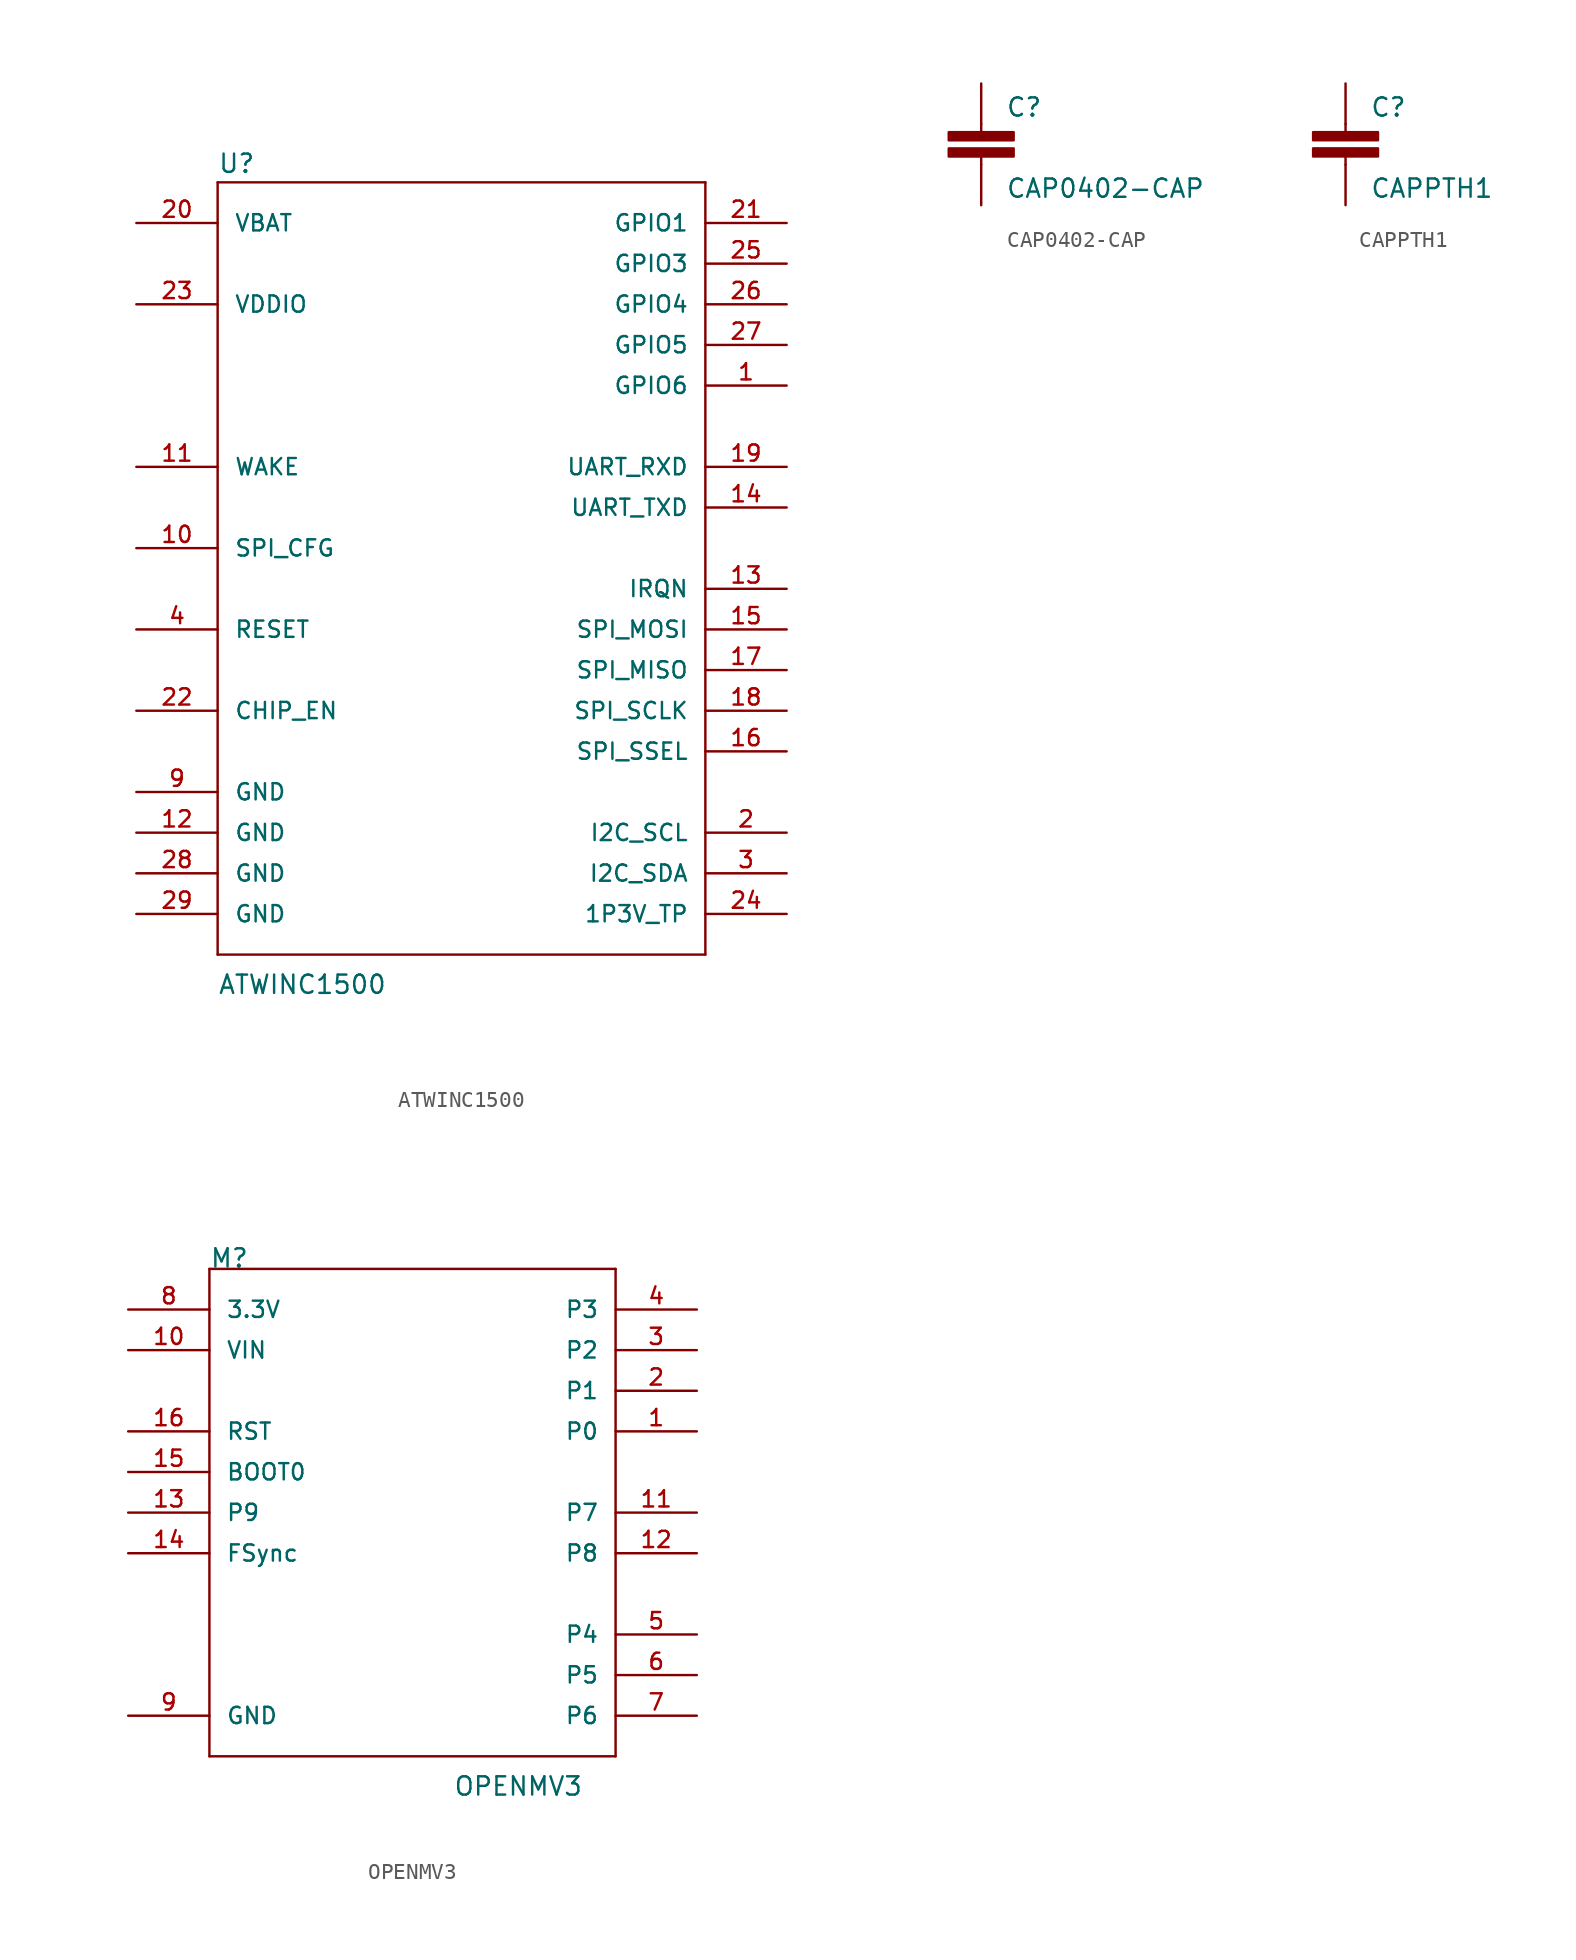
<source format=kicad_sym>
(kicad_symbol_lib
  (version 20211014)
  (generator kicad_symbol_editor)
  (symbol "ATWINC1500"
    (pin_names
      (offset 1.016))
    (property "Reference" "U"
      (at -15.24 15.748 0)
      (effects (font (size 1.143 1.143)) (justify left bottom)))
    (property "Value" "ATWINC1500"
      (at -15.24 -35.56 0)
      (effects (font (size 1.143 1.143)) (justify left bottom)))
    (symbol "ATWINC1500_1_0"
      (polyline (pts (xy -15.24 -33.02) (xy -15.24 15.24)) (stroke (width 0) (type default) (color 0 0 0 0)) (fill (type none)))
      (polyline (pts (xy -15.24 15.24) (xy 15.24 15.24)) (stroke (width 0) (type default) (color 0 0 0 0)) (fill (type none)))
      (polyline (pts (xy 15.24 -33.02) (xy -15.24 -33.02)) (stroke (width 0) (type default) (color 0 0 0 0)) (fill (type none)))
      (polyline (pts (xy 15.24 15.24) (xy 15.24 -33.02)) (stroke (width 0) (type default) (color 0 0 0 0)) (fill (type none))))
    (symbol "ATWINC1500_1_1"
      (pin bidirectional line (at 20.32 2.54 180) (length 5.08) (name "GPIO6" (effects (font (size 1.016 1.016)))) (number "1" (effects (font (size 1.016 1.016)))))
      (pin bidirectional line (at -20.32 -7.62 0) (length 5.08) (name "SPI_CFG" (effects (font (size 1.016 1.016)))) (number "10" (effects (font (size 1.016 1.016)))))
      (pin bidirectional line (at -20.32 -2.54 0) (length 5.08) (name "WAKE" (effects (font (size 1.016 1.016)))) (number "11" (effects (font (size 1.016 1.016)))))
      (pin power_out line (at -20.32 -25.4 0) (length 5.08) (name "GND" (effects (font (size 1.016 1.016)))) (number "12" (effects (font (size 1.016 1.016)))))
      (pin bidirectional line (at 20.32 -10.16 180) (length 5.08) (name "IRQN" (effects (font (size 1.016 1.016)))) (number "13" (effects (font (size 1.016 1.016)))))
      (pin bidirectional line (at 20.32 -5.08 180) (length 5.08) (name "UART_TXD" (effects (font (size 1.016 1.016)))) (number "14" (effects (font (size 1.016 1.016)))))
      (pin bidirectional line (at 20.32 -12.7 180) (length 5.08) (name "SPI_MOSI" (effects (font (size 1.016 1.016)))) (number "15" (effects (font (size 1.016 1.016)))))
      (pin bidirectional line (at 20.32 -20.32 180) (length 5.08) (name "SPI_SSEL" (effects (font (size 1.016 1.016)))) (number "16" (effects (font (size 1.016 1.016)))))
      (pin bidirectional line (at 20.32 -15.24 180) (length 5.08) (name "SPI_MISO" (effects (font (size 1.016 1.016)))) (number "17" (effects (font (size 1.016 1.016)))))
      (pin bidirectional line (at 20.32 -17.78 180) (length 5.08) (name "SPI_SCLK" (effects (font (size 1.016 1.016)))) (number "18" (effects (font (size 1.016 1.016)))))
      (pin bidirectional line (at 20.32 -2.54 180) (length 5.08) (name "UART_RXD" (effects (font (size 1.016 1.016)))) (number "19" (effects (font (size 1.016 1.016)))))
      (pin unspecified line (at 20.32 -25.4 180) (length 5.08) (name "I2C_SCL" (effects (font (size 1.016 1.016)))) (number "2" (effects (font (size 1.016 1.016)))))
      (pin power_in line (at -20.32 12.7 0) (length 5.08) (name "VBAT" (effects (font (size 1.016 1.016)))) (number "20" (effects (font (size 1.016 1.016)))))
      (pin bidirectional line (at 20.32 12.7 180) (length 5.08) (name "GPIO1" (effects (font (size 1.016 1.016)))) (number "21" (effects (font (size 1.016 1.016)))))
      (pin bidirectional line (at -20.32 -17.78 0) (length 5.08) (name "CHIP_EN" (effects (font (size 1.016 1.016)))) (number "22" (effects (font (size 1.016 1.016)))))
      (pin power_out line (at -20.32 7.62 0) (length 5.08) (name "VDDIO" (effects (font (size 1.016 1.016)))) (number "23" (effects (font (size 1.016 1.016)))))
      (pin unspecified line (at 20.32 -30.48 180) (length 5.08) (name "1P3V_TP" (effects (font (size 1.016 1.016)))) (number "24" (effects (font (size 1.016 1.016)))))
      (pin bidirectional line (at 20.32 10.16 180) (length 5.08) (name "GPIO3" (effects (font (size 1.016 1.016)))) (number "25" (effects (font (size 1.016 1.016)))))
      (pin bidirectional line (at 20.32 7.62 180) (length 5.08) (name "GPIO4" (effects (font (size 1.016 1.016)))) (number "26" (effects (font (size 1.016 1.016)))))
      (pin bidirectional line (at 20.32 5.08 180) (length 5.08) (name "GPIO5" (effects (font (size 1.016 1.016)))) (number "27" (effects (font (size 1.016 1.016)))))
      (pin power_out line (at -20.32 -27.94 0) (length 5.08) (name "GND" (effects (font (size 1.016 1.016)))) (number "28" (effects (font (size 1.016 1.016)))))
      (pin power_out line (at -20.32 -30.48 0) (length 5.08) (name "GND" (effects (font (size 1.016 1.016)))) (number "29" (effects (font (size 1.016 1.016)))))
      (pin unspecified line (at 20.32 -27.94 180) (length 5.08) (name "I2C_SDA" (effects (font (size 1.016 1.016)))) (number "3" (effects (font (size 1.016 1.016)))))
      (pin bidirectional line (at -20.32 -12.7 0) (length 5.08) (name "RESET" (effects (font (size 1.016 1.016)))) (number "4" (effects (font (size 1.016 1.016)))))
      (pin power_out line (at -20.32 -22.86 0) (length 5.08) (name "GND" (effects (font (size 1.016 1.016)))) (number "9" (effects (font (size 1.016 1.016)))))))
  (symbol "CAP0402-CAP"
    (pin_numbers hide)
    (pin_names
      (offset 1.016) hide)
    (property "Reference" "C"
      (at 1.524 2.921 0)
      (effects (font (size 1.143 1.143)) (justify left bottom)))
    (property "Value" "CAP0402-CAP"
      (at 1.524 -2.159 0)
      (effects (font (size 1.143 1.143)) (justify left bottom)))
    (property "ki_locked" ""
      (at 0 0 0)
      (effects (font (size 1.27 1.27))))
    (symbol "CAP0402-CAP_1_0"
      (polyline (pts (xy 0 0) (xy 0 0.508)) (stroke (width 0) (type default) (color 0 0 0 0)) (fill (type none)))
      (polyline (pts (xy 0 2.54) (xy 0 2.032)) (stroke (width 0) (type default) (color 0 0 0 0)) (fill (type none))))
    (symbol "CAP0402-CAP_1_1"
      (rectangle (start -2.032 0.508) (end 2.032 1.016) (stroke (width 0) (type default) (color 0 0 0 0)) (fill (type outline)))
      (rectangle (start -2.032 1.524) (end 2.032 2.032) (stroke (width 0) (type default) (color 0 0 0 0)) (fill (type outline)))
      (pin passive line (at 0 5.08 270) (length 2.54) (name "1" (effects (font (size 1.016 1.016)))) (number "1" (effects (font (size 1.016 1.016)))))
      (pin passive line (at 0 -2.54 90) (length 2.54) (name "2" (effects (font (size 1.016 1.016)))) (number "2" (effects (font (size 1.016 1.016)))))))
  (symbol "CAPPTH1"
    (pin_numbers hide)
    (pin_names
      (offset 1.016) hide)
    (property "Reference" "C"
      (at 1.524 2.921 0)
      (effects (font (size 1.143 1.143)) (justify left bottom)))
    (property "Value" "CAPPTH1"
      (at 1.524 -2.159 0)
      (effects (font (size 1.143 1.143)) (justify left bottom)))
    (property "ki_locked" ""
      (at 0 0 0)
      (effects (font (size 1.27 1.27))))
    (symbol "CAPPTH1_1_0"
      (polyline (pts (xy 0 0) (xy 0 0.508)) (stroke (width 0) (type default) (color 0 0 0 0)) (fill (type none)))
      (polyline (pts (xy 0 2.54) (xy 0 2.032)) (stroke (width 0) (type default) (color 0 0 0 0)) (fill (type none))))
    (symbol "CAPPTH1_1_1"
      (rectangle (start -2.032 0.508) (end 2.032 1.016) (stroke (width 0) (type default) (color 0 0 0 0)) (fill (type outline)))
      (rectangle (start -2.032 1.524) (end 2.032 2.032) (stroke (width 0) (type default) (color 0 0 0 0)) (fill (type outline)))
      (pin passive line (at 0 5.08 270) (length 2.54) (name "1" (effects (font (size 1.016 1.016)))) (number "1" (effects (font (size 1.016 1.016)))))
      (pin passive line (at 0 -2.54 90) (length 2.54) (name "2" (effects (font (size 1.016 1.016)))) (number "2" (effects (font (size 1.016 1.016)))))))
  (symbol "OPENMV3"
    (pin_names
      (offset 1.016))
    (property "Reference" "M"
      (at -12.7 12.7 0)
      (effects (font (size 1.143 1.143)) (justify left bottom)))
    (property "Value" "OPENMV3"
      (at 2.54 -20.32 0)
      (effects (font (size 1.143 1.143)) (justify left bottom)))
    (property "ki_locked" ""
      (at 0 0 0)
      (effects (font (size 1.27 1.27))))
    (symbol "OPENMV3_1_0"
      (polyline (pts (xy -12.7 -17.78) (xy -12.7 12.7)) (stroke (width 0) (type default) (color 0 0 0 0)) (fill (type none)))
      (polyline (pts (xy -12.7 12.7) (xy 12.7 12.7)) (stroke (width 0) (type default) (color 0 0 0 0)) (fill (type none)))
      (polyline (pts (xy 12.7 -17.78) (xy -12.7 -17.78)) (stroke (width 0) (type default) (color 0 0 0 0)) (fill (type none)))
      (polyline (pts (xy 12.7 12.7) (xy 12.7 -17.78)) (stroke (width 0) (type default) (color 0 0 0 0)) (fill (type none))))
    (symbol "OPENMV3_1_1"
      (pin bidirectional line (at 17.78 2.54 180) (length 5.08) (name "P0" (effects (font (size 1.016 1.016)))) (number "1" (effects (font (size 1.016 1.016)))))
      (pin power_out line (at -17.78 7.62 0) (length 5.08) (name "VIN" (effects (font (size 1.016 1.016)))) (number "10" (effects (font (size 1.016 1.016)))))
      (pin bidirectional line (at 17.78 -2.54 180) (length 5.08) (name "P7" (effects (font (size 1.016 1.016)))) (number "11" (effects (font (size 1.016 1.016)))))
      (pin bidirectional line (at 17.78 -5.08 180) (length 5.08) (name "P8" (effects (font (size 1.016 1.016)))) (number "12" (effects (font (size 1.016 1.016)))))
      (pin bidirectional line (at -17.78 -2.54 0) (length 5.08) (name "P9" (effects (font (size 1.016 1.016)))) (number "13" (effects (font (size 1.016 1.016)))))
      (pin bidirectional line (at -17.78 -5.08 0) (length 5.08) (name "FSync" (effects (font (size 1.016 1.016)))) (number "14" (effects (font (size 1.016 1.016)))))
      (pin bidirectional line (at -17.78 0 0) (length 5.08) (name "BOOT0" (effects (font (size 1.016 1.016)))) (number "15" (effects (font (size 1.016 1.016)))))
      (pin bidirectional line (at -17.78 2.54 0) (length 5.08) (name "RST" (effects (font (size 1.016 1.016)))) (number "16" (effects (font (size 1.016 1.016)))))
      (pin bidirectional line (at 17.78 5.08 180) (length 5.08) (name "P1" (effects (font (size 1.016 1.016)))) (number "2" (effects (font (size 1.016 1.016)))))
      (pin bidirectional line (at 17.78 7.62 180) (length 5.08) (name "P2" (effects (font (size 1.016 1.016)))) (number "3" (effects (font (size 1.016 1.016)))))
      (pin bidirectional line (at 17.78 10.16 180) (length 5.08) (name "P3" (effects (font (size 1.016 1.016)))) (number "4" (effects (font (size 1.016 1.016)))))
      (pin bidirectional line (at 17.78 -10.16 180) (length 5.08) (name "P4" (effects (font (size 1.016 1.016)))) (number "5" (effects (font (size 1.016 1.016)))))
      (pin bidirectional line (at 17.78 -12.7 180) (length 5.08) (name "P5" (effects (font (size 1.016 1.016)))) (number "6" (effects (font (size 1.016 1.016)))))
      (pin bidirectional line (at 17.78 -15.24 180) (length 5.08) (name "P6" (effects (font (size 1.016 1.016)))) (number "7" (effects (font (size 1.016 1.016)))))
      (pin power_out line (at -17.78 10.16 0) (length 5.08) (name "3.3V" (effects (font (size 1.016 1.016)))) (number "8" (effects (font (size 1.016 1.016)))))
      (pin power_in line (at -17.78 -15.24 0) (length 5.08) (name "GND" (effects (font (size 1.016 1.016)))) (number "9" (effects (font (size 1.016 1.016))))))))
</source>
